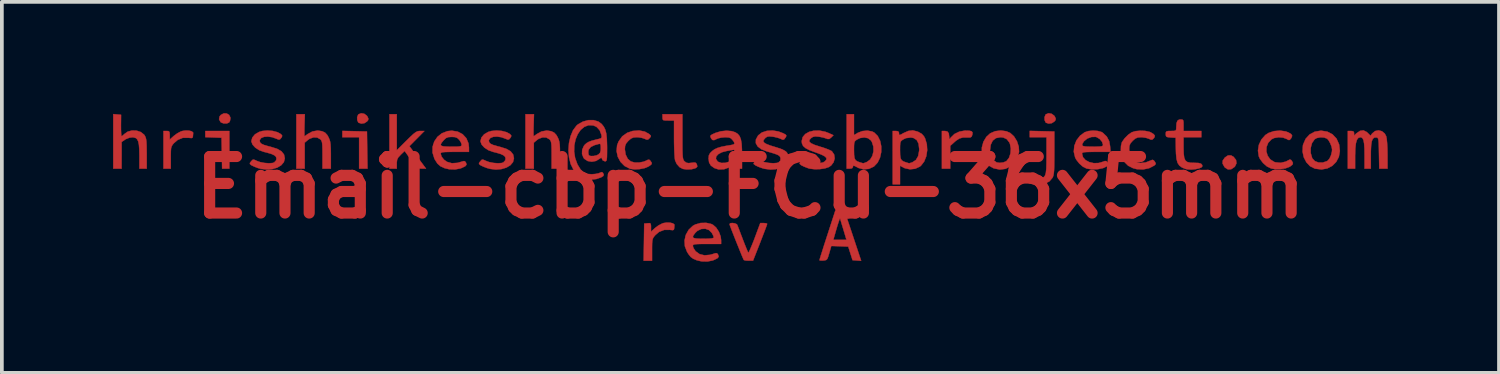
<source format=kicad_pcb>
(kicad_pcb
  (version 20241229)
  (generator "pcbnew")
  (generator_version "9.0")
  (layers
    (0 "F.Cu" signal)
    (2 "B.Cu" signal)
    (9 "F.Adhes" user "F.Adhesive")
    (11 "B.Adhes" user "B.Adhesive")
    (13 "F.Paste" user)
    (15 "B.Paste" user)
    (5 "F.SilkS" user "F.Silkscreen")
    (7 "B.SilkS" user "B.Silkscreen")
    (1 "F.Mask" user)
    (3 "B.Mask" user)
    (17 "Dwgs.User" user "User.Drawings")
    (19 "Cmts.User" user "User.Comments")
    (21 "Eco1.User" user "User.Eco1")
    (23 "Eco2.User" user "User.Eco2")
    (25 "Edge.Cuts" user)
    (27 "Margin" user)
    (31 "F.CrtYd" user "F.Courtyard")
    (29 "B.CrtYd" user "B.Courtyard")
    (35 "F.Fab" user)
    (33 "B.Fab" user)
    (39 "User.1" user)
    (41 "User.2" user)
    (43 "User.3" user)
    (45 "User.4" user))
  (footprint "Email-cbp-FCu-36x5mm"
    (layer "F.Cu")
    (at 17.192 2.007)
    (property "Reference" "Email-cbp-FCu-36x5mm" (at 0 0 0) (layer "F.Cu") (effects (font (size 1.524 1.524) (thickness 0.3))))
    (attr through_hole)
    (fp_poly (pts (xy -14.055 -0.508) (xy -14.251 -0.508) (xy -14.266 -1.341) (xy -14.485 -1.349) (xy -14.704 -1.357) (xy -14.704 -1.524) (xy -14.055 -1.524) (xy -14.055 -0.508)) (stroke (width 0.01) (type solid)) (fill yes) (layer "F.Cu"))
    (fp_poly (pts (xy -10.675 -1.518) (xy -10.343 -1.51) (xy -10.336 -1.009) (xy -10.328 -0.508) (xy -10.555 -0.508) (xy -10.555 -1.355) (xy -11.007 -1.355) (xy -11.007 -1.526) (xy -10.675 -1.518)) (stroke (width 0.01) (type solid)) (fill yes) (layer "F.Cu"))
    (fp_poly (pts (xy -14.129 -1.997) (xy -14.064 -1.96) (xy -14.029 -1.892) (xy -14.026 -1.867) (xy -14.038 -1.797) (xy -14.06 -1.755) (xy -14.124 -1.726) (xy -14.206 -1.726) (xy -14.279 -1.754) (xy -14.293 -1.766) (xy -14.333 -1.839) (xy -14.32 -1.915) (xy -14.285 -1.957) (xy -14.208 -1.998) (xy -14.129 -1.997)) (stroke (width 0.01) (type solid)) (fill yes) (layer "F.Cu"))
    (fp_poly (pts (xy -10.417 -1.988) (xy -10.348 -1.938) (xy -10.331 -1.914) (xy -10.305 -1.856) (xy -10.313 -1.815) (xy -10.342 -1.78) (xy -10.411 -1.735) (xy -10.494 -1.723) (xy -10.566 -1.745) (xy -10.578 -1.755) (xy -10.606 -1.817) (xy -10.608 -1.896) (xy -10.582 -1.962) (xy -10.571 -1.974) (xy -10.499 -2.002) (xy -10.417 -1.988)) (stroke (width 0.01) (type solid)) (fill yes) (layer "F.Cu"))
    (fp_poly (pts (xy 8.125 -1.988) (xy 8.194 -1.938) (xy 8.211 -1.914) (xy 8.237 -1.856) (xy 8.229 -1.815) (xy 8.2 -1.78) (xy 8.131 -1.735) (xy 8.048 -1.723) (xy 7.976 -1.745) (xy 7.964 -1.755) (xy 7.936 -1.817) (xy 7.934 -1.896) (xy 7.96 -1.962) (xy 7.971 -1.974) (xy 8.043 -2.002) (xy 8.125 -1.988)) (stroke (width 0.01) (type solid)) (fill yes) (layer "F.Cu"))
    (fp_poly (pts (xy 13.034 -0.826) (xy 13.1 -0.742) (xy 13.112 -0.653) (xy 13.071 -0.567) (xy 13.057 -0.552) (xy 12.968 -0.492) (xy 12.882 -0.487) (xy 12.803 -0.536) (xy 12.787 -0.554) (xy 12.737 -0.644) (xy 12.74 -0.724) (xy 12.797 -0.806) (xy 12.797 -0.806) (xy 12.882 -0.864) (xy 12.964 -0.866) (xy 13.034 -0.826)) (stroke (width 0.01) (type solid)) (fill yes) (layer "F.Cu"))
    (fp_poly (pts (xy 5.906 -1.531) (xy 5.969 -1.515) (xy 5.993 -1.48) (xy 5.986 -1.422) (xy 5.985 -1.418) (xy 5.965 -1.368) (xy 5.928 -1.348) (xy 5.857 -1.348) (xy 5.853 -1.348) (xy 5.732 -1.348) (xy 5.637 -1.321) (xy 5.544 -1.26) (xy 5.503 -1.224) (xy 5.39 -1.122) (xy 5.39 -0.508) (xy 5.165 -0.508) (xy 5.165 -1.524) (xy 5.246 -1.524) (xy 5.314 -1.51) (xy 5.351 -1.46) (xy 5.362 -1.367) (xy 5.362 -1.36) (xy 5.364 -1.308) (xy 5.378 -1.309) (xy 5.405 -1.346) (xy 5.503 -1.442) (xy 5.637 -1.507) (xy 5.788 -1.534) (xy 5.795 -1.534) (xy 5.906 -1.531)) (stroke (width 0.01) (type solid)) (fill yes) (layer "F.Cu"))
    (fp_poly (pts (xy -9.539 -1.003) (xy -9.278 -1.264) (xy -9.169 -1.371) (xy -9.09 -1.444) (xy -9.031 -1.489) (xy -8.985 -1.513) (xy -8.94 -1.523) (xy -8.904 -1.524) (xy -8.793 -1.524) (xy -8.995 -1.319) (xy -9.198 -1.115) (xy -8.974 -0.811) (xy -8.75 -0.508) (xy -8.869 -0.509) (xy -8.924 -0.511) (xy -8.967 -0.522) (xy -9.006 -0.551) (xy -9.054 -0.605) (xy -9.119 -0.693) (xy -9.158 -0.747) (xy -9.327 -0.985) (xy -9.433 -0.882) (xy -9.498 -0.812) (xy -9.529 -0.751) (xy -9.539 -0.673) (xy -9.539 -0.643) (xy -9.539 -0.508) (xy -9.737 -0.508) (xy -9.737 -1.976) (xy -9.539 -1.976) (xy -9.539 -1.003)) (stroke (width 0.01) (type solid)) (fill yes) (layer "F.Cu"))
    (fp_poly (pts (xy -15.146 -1.534) (xy -15.073 -1.516) (xy -15.034 -1.486) (xy -15.031 -1.473) (xy -15.035 -1.418) (xy -15.038 -1.38) (xy -15.047 -1.344) (xy -15.078 -1.332) (xy -15.145 -1.339) (xy -15.155 -1.34) (xy -15.308 -1.34) (xy -15.446 -1.285) (xy -15.549 -1.197) (xy -15.588 -1.151) (xy -15.612 -1.108) (xy -15.627 -1.057) (xy -15.633 -0.982) (xy -15.635 -0.871) (xy -15.635 -0.803) (xy -15.635 -0.508) (xy -15.833 -0.508) (xy -15.833 -1.524) (xy -15.748 -1.524) (xy -15.694 -1.52) (xy -15.67 -1.496) (xy -15.664 -1.438) (xy -15.663 -1.408) (xy -15.663 -1.292) (xy -15.552 -1.392) (xy -15.463 -1.458) (xy -15.366 -1.51) (xy -15.327 -1.523) (xy -15.236 -1.537) (xy -15.146 -1.534)) (stroke (width 0.01) (type solid)) (fill yes) (layer "F.Cu"))
    (fp_poly (pts (xy -2.163 0.95) (xy -2.091 0.968) (xy -2.052 0.997) (xy -2.049 1.011) (xy -2.053 1.066) (xy -2.056 1.103) (xy -2.065 1.14) (xy -2.095 1.152) (xy -2.163 1.145) (xy -2.173 1.143) (xy -2.326 1.144) (xy -2.464 1.198) (xy -2.567 1.287) (xy -2.605 1.333) (xy -2.63 1.375) (xy -2.644 1.427) (xy -2.651 1.501) (xy -2.653 1.613) (xy -2.653 1.68) (xy -2.653 1.976) (xy -2.88 1.976) (xy -2.872 1.475) (xy -2.865 0.974) (xy -2.773 0.965) (xy -2.715 0.962) (xy -2.689 0.98) (xy -2.681 1.032) (xy -2.681 1.074) (xy -2.681 1.192) (xy -2.57 1.091) (xy -2.481 1.025) (xy -2.384 0.974) (xy -2.345 0.96) (xy -2.253 0.946) (xy -2.163 0.95)) (stroke (width 0.01) (type solid)) (fill yes) (layer "F.Cu"))
    (fp_poly (pts (xy 7.867 -1.518) (xy 8.199 -1.51) (xy 8.199 -0.931) (xy 8.198 -0.731) (xy 8.196 -0.578) (xy 8.192 -0.465) (xy 8.184 -0.384) (xy 8.174 -0.326) (xy 8.159 -0.283) (xy 8.149 -0.262) (xy 8.064 -0.163) (xy 7.941 -0.099) (xy 7.79 -0.073) (xy 7.623 -0.087) (xy 7.537 -0.105) (xy 7.494 -0.124) (xy 7.484 -0.153) (xy 7.493 -0.203) (xy 7.494 -0.204) (xy 7.506 -0.241) (xy 7.529 -0.261) (xy 7.576 -0.267) (xy 7.66 -0.264) (xy 7.703 -0.261) (xy 7.795 -0.256) (xy 7.865 -0.26) (xy 7.915 -0.281) (xy 7.949 -0.324) (xy 7.97 -0.397) (xy 7.982 -0.507) (xy 7.986 -0.659) (xy 7.987 -0.86) (xy 7.987 -0.867) (xy 7.987 -1.355) (xy 7.535 -1.355) (xy 7.535 -1.526) (xy 7.867 -1.518)) (stroke (width 0.01) (type solid)) (fill yes) (layer "F.Cu"))
    (fp_poly (pts (xy -17.081 -1.97) (xy -16.976 -1.961) (xy -16.979 -1.672) (xy -16.978 -1.552) (xy -16.974 -1.456) (xy -16.968 -1.397) (xy -16.962 -1.383) (xy -16.93 -1.402) (xy -16.891 -1.439) (xy -16.797 -1.506) (xy -16.68 -1.537) (xy -16.557 -1.533) (xy -16.443 -1.495) (xy -16.356 -1.426) (xy -16.339 -1.403) (xy -16.317 -1.359) (xy -16.302 -1.308) (xy -16.292 -1.238) (xy -16.287 -1.138) (xy -16.285 -0.998) (xy -16.284 -0.91) (xy -16.284 -0.508) (xy -16.482 -0.508) (xy -16.482 -0.849) (xy -16.485 -1.025) (xy -16.495 -1.154) (xy -16.514 -1.243) (xy -16.544 -1.302) (xy -16.578 -1.333) (xy -16.653 -1.354) (xy -16.75 -1.343) (xy -16.848 -1.304) (xy -16.868 -1.291) (xy -16.961 -1.228) (xy -16.961 -0.868) (xy -16.962 -0.508) (xy -17.187 -0.508) (xy -17.187 -1.979) (xy -17.081 -1.97)) (stroke (width 0.01) (type solid)) (fill yes) (layer "F.Cu"))
    (fp_poly (pts (xy -12.028 -1.679) (xy -12.031 -1.558) (xy -12.031 -1.46) (xy -12.03 -1.399) (xy -12.027 -1.383) (xy -12.001 -1.398) (xy -11.95 -1.436) (xy -11.946 -1.439) (xy -11.814 -1.511) (xy -11.671 -1.536) (xy -11.553 -1.517) (xy -11.473 -1.479) (xy -11.415 -1.417) (xy -11.381 -1.356) (xy -11.354 -1.296) (xy -11.336 -1.235) (xy -11.325 -1.16) (xy -11.319 -1.057) (xy -11.317 -0.915) (xy -11.317 -0.869) (xy -11.317 -0.508) (xy -11.543 -0.508) (xy -11.543 -0.875) (xy -11.544 -1.028) (xy -11.547 -1.134) (xy -11.554 -1.206) (xy -11.567 -1.252) (xy -11.586 -1.284) (xy -11.599 -1.298) (xy -11.685 -1.347) (xy -11.788 -1.351) (xy -11.893 -1.312) (xy -11.936 -1.282) (xy -12.023 -1.209) (xy -12.023 -0.508) (xy -12.248 -0.508) (xy -12.248 -1.976) (xy -12.019 -1.976) (xy -12.028 -1.679)) (stroke (width 0.01) (type solid)) (fill yes) (layer "F.Cu"))
    (fp_poly (pts (xy -5.847 -1.679) (xy -5.85 -1.558) (xy -5.851 -1.46) (xy -5.849 -1.399) (xy -5.846 -1.383) (xy -5.82 -1.398) (xy -5.769 -1.436) (xy -5.765 -1.439) (xy -5.634 -1.511) (xy -5.49 -1.536) (xy -5.372 -1.517) (xy -5.293 -1.479) (xy -5.235 -1.417) (xy -5.2 -1.356) (xy -5.173 -1.296) (xy -5.155 -1.235) (xy -5.144 -1.16) (xy -5.138 -1.057) (xy -5.137 -0.915) (xy -5.136 -0.869) (xy -5.136 -0.508) (xy -5.362 -0.508) (xy -5.362 -0.875) (xy -5.363 -1.028) (xy -5.366 -1.134) (xy -5.374 -1.206) (xy -5.386 -1.252) (xy -5.406 -1.284) (xy -5.419 -1.298) (xy -5.504 -1.347) (xy -5.607 -1.351) (xy -5.713 -1.312) (xy -5.755 -1.282) (xy -5.842 -1.209) (xy -5.842 -0.508) (xy -6.068 -0.508) (xy -6.068 -1.976) (xy -5.838 -1.976) (xy -5.847 -1.679)) (stroke (width 0.01) (type solid)) (fill yes) (layer "F.Cu"))
    (fp_poly (pts (xy -1.834 -1.369) (xy -1.834 -1.168) (xy -1.833 -1.016) (xy -1.83 -0.905) (xy -1.825 -0.827) (xy -1.816 -0.775) (xy -1.804 -0.741) (xy -1.788 -0.716) (xy -1.776 -0.704) (xy -1.728 -0.668) (xy -1.67 -0.657) (xy -1.593 -0.665) (xy -1.514 -0.674) (xy -1.472 -0.665) (xy -1.449 -0.632) (xy -1.443 -0.617) (xy -1.432 -0.565) (xy -1.461 -0.532) (xy -1.492 -0.516) (xy -1.591 -0.491) (xy -1.715 -0.486) (xy -1.82 -0.5) (xy -1.911 -0.548) (xy -1.988 -0.635) (xy -2.032 -0.732) (xy -2.041 -0.793) (xy -2.049 -0.899) (xy -2.055 -1.039) (xy -2.059 -1.199) (xy -2.06 -1.319) (xy -2.06 -1.806) (xy -2.215 -1.806) (xy -2.304 -1.808) (xy -2.35 -1.817) (xy -2.368 -1.842) (xy -2.371 -1.89) (xy -2.371 -1.976) (xy -1.834 -1.976) (xy -1.834 -1.369)) (stroke (width 0.01) (type solid)) (fill yes) (layer "F.Cu"))
    (fp_poly (pts (xy 2.762 1.3) (xy 2.988 1.979) (xy 2.872 1.97) (xy 2.755 1.961) (xy 2.697 1.778) (xy 2.639 1.595) (xy 2.41 1.586) (xy 2.182 1.578) (xy 2.127 1.77) (xy 2.097 1.87) (xy 2.073 1.928) (xy 2.044 1.956) (xy 2.001 1.967) (xy 1.968 1.97) (xy 1.9 1.972) (xy 1.864 1.964) (xy 1.863 1.961) (xy 1.871 1.93) (xy 1.894 1.853) (xy 1.931 1.737) (xy 1.977 1.59) (xy 2.032 1.42) (xy 2.035 1.411) (xy 2.237 1.411) (xy 2.591 1.411) (xy 2.509 1.136) (xy 2.473 1.018) (xy 2.444 0.92) (xy 2.424 0.854) (xy 2.418 0.835) (xy 2.408 0.85) (xy 2.386 0.909) (xy 2.355 1.004) (xy 2.323 1.11) (xy 2.237 1.411) (xy 2.035 1.411) (xy 2.077 1.282) (xy 2.291 0.621) (xy 2.535 0.621) (xy 2.762 1.3)) (stroke (width 0.01) (type solid)) (fill yes) (layer "F.Cu"))
    (fp_poly (pts (xy -0.423 0.967) (xy -0.371 0.989) (xy -0.354 1.009) (xy -0.337 1.053) (xy -0.304 1.138) (xy -0.261 1.253) (xy -0.211 1.384) (xy -0.206 1.397) (xy -0.156 1.526) (xy -0.112 1.636) (xy -0.078 1.716) (xy -0.059 1.756) (xy -0.058 1.757) (xy -0.042 1.74) (xy -0.011 1.678) (xy 0.031 1.579) (xy 0.082 1.453) (xy 0.114 1.369) (xy 0.266 0.96) (xy 0.359 0.96) (xy 0.422 0.965) (xy 0.452 0.979) (xy 0.452 0.981) (xy 0.443 1.013) (xy 0.416 1.088) (xy 0.374 1.199) (xy 0.321 1.336) (xy 0.262 1.489) (xy 0.071 1.975) (xy -0.048 1.975) (xy -0.124 1.971) (xy -0.172 1.959) (xy -0.179 1.954) (xy -0.197 1.915) (xy -0.231 1.836) (xy -0.276 1.726) (xy -0.328 1.597) (xy -0.384 1.459) (xy -0.438 1.322) (xy -0.488 1.195) (xy -0.528 1.091) (xy -0.555 1.018) (xy -0.564 0.988) (xy -0.542 0.964) (xy -0.487 0.958) (xy -0.423 0.967)) (stroke (width 0.01) (type solid)) (fill yes) (layer "F.Cu"))
    (fp_poly (pts (xy 14.44 -1.512) (xy 14.513 -1.484) (xy 14.589 -1.439) (xy 14.614 -1.395) (xy 14.594 -1.34) (xy 14.577 -1.315) (xy 14.544 -1.281) (xy 14.51 -1.282) (xy 14.466 -1.308) (xy 14.367 -1.345) (xy 14.246 -1.354) (xy 14.128 -1.334) (xy 14.056 -1.299) (xy 13.968 -1.206) (xy 13.923 -1.093) (xy 13.918 -0.971) (xy 13.953 -0.855) (xy 14.023 -0.757) (xy 14.128 -0.69) (xy 14.162 -0.679) (xy 14.304 -0.665) (xy 14.443 -0.698) (xy 14.5 -0.728) (xy 14.551 -0.754) (xy 14.584 -0.742) (xy 14.605 -0.717) (xy 14.635 -0.662) (xy 14.623 -0.617) (xy 14.564 -0.57) (xy 14.54 -0.556) (xy 14.434 -0.516) (xy 14.297 -0.494) (xy 14.154 -0.494) (xy 14.046 -0.513) (xy 13.934 -0.567) (xy 13.828 -0.66) (xy 13.745 -0.771) (xy 13.714 -0.839) (xy 13.691 -0.994) (xy 13.716 -1.151) (xy 13.785 -1.295) (xy 13.89 -1.414) (xy 13.977 -1.471) (xy 14.123 -1.52) (xy 14.285 -1.534) (xy 14.44 -1.512)) (stroke (width 0.01) (type solid)) (fill yes) (layer "F.Cu"))
    (fp_poly (pts (xy -2.846 -1.506) (xy -2.733 -1.442) (xy -2.689 -1.402) (xy -2.687 -1.371) (xy -2.72 -1.33) (xy -2.762 -1.292) (xy -2.802 -1.291) (xy -2.852 -1.313) (xy -2.931 -1.339) (xy -3.031 -1.354) (xy -3.064 -1.355) (xy -3.155 -1.348) (xy -3.222 -1.319) (xy -3.291 -1.259) (xy -3.352 -1.188) (xy -3.38 -1.12) (xy -3.387 -1.03) (xy -3.366 -0.889) (xy -3.31 -0.775) (xy -3.227 -0.703) (xy -3.127 -0.674) (xy -3.003 -0.672) (xy -2.882 -0.695) (xy -2.827 -0.717) (xy -2.764 -0.747) (xy -2.728 -0.749) (xy -2.7 -0.723) (xy -2.694 -0.715) (xy -2.662 -0.666) (xy -2.664 -0.631) (xy -2.705 -0.594) (xy -2.752 -0.564) (xy -2.856 -0.521) (xy -2.99 -0.495) (xy -3.127 -0.488) (xy -3.243 -0.503) (xy -3.251 -0.506) (xy -3.394 -0.579) (xy -3.504 -0.691) (xy -3.578 -0.828) (xy -3.61 -0.981) (xy -3.596 -1.137) (xy -3.557 -1.239) (xy -3.458 -1.379) (xy -3.323 -1.475) (xy -3.177 -1.524) (xy -3.002 -1.538) (xy -2.846 -1.506)) (stroke (width 0.01) (type solid)) (fill yes) (layer "F.Cu"))
    (fp_poly (pts (xy 6.905 -1.516) (xy 7.008 -1.471) (xy 7.11 -1.378) (xy 7.19 -1.249) (xy 7.238 -1.102) (xy 7.247 -0.96) (xy 7.207 -0.799) (xy 7.126 -0.665) (xy 7.013 -0.564) (xy 6.877 -0.502) (xy 6.727 -0.483) (xy 6.572 -0.515) (xy 6.548 -0.524) (xy 6.427 -0.593) (xy 6.34 -0.684) (xy 6.291 -0.768) (xy 6.244 -0.917) (xy 6.243 -0.993) (xy 6.463 -0.993) (xy 6.484 -0.856) (xy 6.545 -0.748) (xy 6.639 -0.678) (xy 6.643 -0.676) (xy 6.726 -0.664) (xy 6.824 -0.676) (xy 6.903 -0.709) (xy 6.909 -0.714) (xy 6.976 -0.8) (xy 7.015 -0.918) (xy 7.025 -1.049) (xy 7.002 -1.173) (xy 6.985 -1.214) (xy 6.915 -1.304) (xy 6.819 -1.348) (xy 6.745 -1.355) (xy 6.624 -1.332) (xy 6.536 -1.263) (xy 6.482 -1.151) (xy 6.463 -0.997) (xy 6.463 -0.993) (xy 6.243 -0.993) (xy 6.243 -1.077) (xy 6.285 -1.232) (xy 6.366 -1.367) (xy 6.468 -1.46) (xy 6.602 -1.518) (xy 6.754 -1.537) (xy 6.905 -1.516)) (stroke (width 0.01) (type solid)) (fill yes) (layer "F.Cu"))
    (fp_poly (pts (xy 10.648 -1.526) (xy 10.763 -1.502) (xy 10.8 -1.487) (xy 10.88 -1.437) (xy 10.911 -1.393) (xy 10.895 -1.346) (xy 10.879 -1.326) (xy 10.84 -1.291) (xy 10.799 -1.291) (xy 10.751 -1.313) (xy 10.672 -1.339) (xy 10.572 -1.354) (xy 10.54 -1.355) (xy 10.448 -1.348) (xy 10.381 -1.319) (xy 10.312 -1.259) (xy 10.251 -1.189) (xy 10.223 -1.123) (xy 10.217 -1.031) (xy 10.217 -1.026) (xy 10.239 -0.877) (xy 10.301 -0.764) (xy 10.396 -0.691) (xy 10.518 -0.66) (xy 10.661 -0.675) (xy 10.786 -0.724) (xy 10.843 -0.746) (xy 10.879 -0.733) (xy 10.907 -0.699) (xy 10.934 -0.65) (xy 10.922 -0.616) (xy 10.889 -0.589) (xy 10.753 -0.519) (xy 10.591 -0.486) (xy 10.422 -0.494) (xy 10.32 -0.521) (xy 10.193 -0.584) (xy 10.099 -0.677) (xy 10.044 -0.768) (xy 10.009 -0.873) (xy 9.992 -0.998) (xy 9.996 -1.121) (xy 10.02 -1.217) (xy 10.022 -1.222) (xy 10.094 -1.325) (xy 10.192 -1.423) (xy 10.285 -1.488) (xy 10.385 -1.519) (xy 10.514 -1.531) (xy 10.648 -1.526)) (stroke (width 0.01) (type solid)) (fill yes) (layer "F.Cu"))
    (fp_poly (pts (xy 11.649 -1.832) (xy 11.673 -1.814) (xy 11.683 -1.767) (xy 11.684 -1.679) (xy 11.684 -1.524) (xy 12.164 -1.524) (xy 12.164 -1.355) (xy 11.684 -1.355) (xy 11.684 -1.076) (xy 11.688 -0.914) (xy 11.702 -0.801) (xy 11.733 -0.728) (xy 11.787 -0.686) (xy 11.869 -0.668) (xy 11.971 -0.665) (xy 12.086 -0.661) (xy 12.154 -0.643) (xy 12.186 -0.607) (xy 12.192 -0.573) (xy 12.166 -0.541) (xy 12.1 -0.514) (xy 12.008 -0.494) (xy 11.906 -0.484) (xy 11.808 -0.485) (xy 11.74 -0.498) (xy 11.641 -0.539) (xy 11.57 -0.592) (xy 11.522 -0.666) (xy 11.494 -0.771) (xy 11.48 -0.917) (xy 11.476 -1.042) (xy 11.472 -1.341) (xy 11.338 -1.349) (xy 11.257 -1.357) (xy 11.218 -1.373) (xy 11.205 -1.408) (xy 11.204 -1.441) (xy 11.207 -1.49) (xy 11.227 -1.515) (xy 11.277 -1.523) (xy 11.345 -1.524) (xy 11.429 -1.526) (xy 11.471 -1.537) (xy 11.485 -1.568) (xy 11.487 -1.616) (xy 11.494 -1.73) (xy 11.518 -1.799) (xy 11.563 -1.83) (xy 11.603 -1.834) (xy 11.649 -1.832)) (stroke (width 0.01) (type solid)) (fill yes) (layer "F.Cu"))
    (fp_poly (pts (xy 15.562 -1.506) (xy 15.702 -1.433) (xy 15.811 -1.317) (xy 15.879 -1.164) (xy 15.881 -1.157) (xy 15.901 -0.983) (xy 15.873 -0.826) (xy 15.802 -0.69) (xy 15.697 -0.584) (xy 15.563 -0.514) (xy 15.407 -0.486) (xy 15.235 -0.507) (xy 15.223 -0.51) (xy 15.097 -0.574) (xy 14.997 -0.68) (xy 14.927 -0.815) (xy 14.902 -0.93) (xy 15.114 -0.93) (xy 15.152 -0.798) (xy 15.16 -0.781) (xy 15.227 -0.711) (xy 15.325 -0.673) (xy 15.438 -0.672) (xy 15.549 -0.709) (xy 15.57 -0.721) (xy 15.62 -0.778) (xy 15.662 -0.869) (xy 15.687 -0.972) (xy 15.691 -1.024) (xy 15.677 -1.101) (xy 15.64 -1.194) (xy 15.593 -1.276) (xy 15.557 -1.316) (xy 15.477 -1.347) (xy 15.375 -1.353) (xy 15.277 -1.333) (xy 15.22 -1.3) (xy 15.15 -1.199) (xy 15.114 -1.07) (xy 15.114 -0.93) (xy 14.902 -0.93) (xy 14.894 -0.968) (xy 14.903 -1.127) (xy 14.909 -1.157) (xy 14.976 -1.311) (xy 15.083 -1.429) (xy 15.222 -1.504) (xy 15.388 -1.532) (xy 15.395 -1.532) (xy 15.562 -1.506)) (stroke (width 0.01) (type solid)) (fill yes) (layer "F.Cu"))
    (fp_poly (pts (xy 2.794 -1.413) (xy 2.897 -1.474) (xy 3.02 -1.521) (xy 3.156 -1.534) (xy 3.281 -1.511) (xy 3.339 -1.483) (xy 3.435 -1.388) (xy 3.499 -1.26) (xy 3.53 -1.111) (xy 3.529 -0.955) (xy 3.496 -0.804) (xy 3.431 -0.67) (xy 3.334 -0.567) (xy 3.328 -0.563) (xy 3.197 -0.502) (xy 3.055 -0.489) (xy 2.918 -0.525) (xy 2.9 -0.535) (xy 2.823 -0.575) (xy 2.783 -0.589) (xy 2.768 -0.578) (xy 2.766 -0.55) (xy 2.741 -0.517) (xy 2.681 -0.508) (xy 2.596 -0.508) (xy 2.596 -1.008) (xy 2.794 -1.008) (xy 2.794 -1.006) (xy 2.797 -0.876) (xy 2.809 -0.79) (xy 2.837 -0.736) (xy 2.886 -0.702) (xy 2.954 -0.678) (xy 3.014 -0.66) (xy 3.042 -0.652) (xy 3.07 -0.66) (xy 3.13 -0.683) (xy 3.144 -0.689) (xy 3.23 -0.753) (xy 3.29 -0.853) (xy 3.32 -0.975) (xy 3.317 -1.103) (xy 3.279 -1.223) (xy 3.251 -1.269) (xy 3.174 -1.329) (xy 3.071 -1.35) (xy 2.958 -1.333) (xy 2.886 -1.299) (xy 2.841 -1.27) (xy 2.814 -1.24) (xy 2.8 -1.196) (xy 2.795 -1.123) (xy 2.794 -1.008) (xy 2.596 -1.008) (xy 2.596 -1.976) (xy 2.794 -1.976) (xy 2.794 -1.413)) (stroke (width 0.01) (type solid)) (fill yes) (layer "F.Cu"))
    (fp_poly (pts (xy 17.036 -1.517) (xy 17.112 -1.454) (xy 17.15 -1.383) (xy 17.164 -1.314) (xy 17.175 -1.202) (xy 17.183 -1.059) (xy 17.186 -0.898) (xy 17.186 -0.896) (xy 17.187 -0.508) (xy 16.963 -0.508) (xy 16.955 -0.924) (xy 16.952 -1.085) (xy 16.948 -1.199) (xy 16.942 -1.273) (xy 16.932 -1.317) (xy 16.918 -1.339) (xy 16.897 -1.347) (xy 16.887 -1.349) (xy 16.831 -1.346) (xy 16.79 -1.314) (xy 16.762 -1.248) (xy 16.745 -1.141) (xy 16.737 -0.987) (xy 16.736 -0.869) (xy 16.736 -0.508) (xy 16.566 -0.508) (xy 16.566 -0.859) (xy 16.564 -1.045) (xy 16.555 -1.181) (xy 16.538 -1.274) (xy 16.511 -1.329) (xy 16.475 -1.353) (xy 16.455 -1.355) (xy 16.4 -1.338) (xy 16.36 -1.285) (xy 16.333 -1.191) (xy 16.318 -1.051) (xy 16.312 -0.86) (xy 16.312 -0.848) (xy 16.312 -0.508) (xy 16.115 -0.508) (xy 16.115 -1.524) (xy 16.2 -1.524) (xy 16.261 -1.516) (xy 16.283 -1.483) (xy 16.284 -1.463) (xy 16.284 -1.401) (xy 16.348 -1.461) (xy 16.446 -1.528) (xy 16.537 -1.54) (xy 16.624 -1.497) (xy 16.646 -1.477) (xy 16.727 -1.396) (xy 16.772 -1.457) (xy 16.851 -1.522) (xy 16.944 -1.541) (xy 17.036 -1.517)) (stroke (width 0.01) (type solid)) (fill yes) (layer "F.Cu"))
    (fp_poly (pts (xy 4.505 -1.509) (xy 4.529 -1.499) (xy 4.623 -1.446) (xy 4.683 -1.378) (xy 4.713 -1.321) (xy 4.759 -1.167) (xy 4.769 -1.003) (xy 4.744 -0.842) (xy 4.687 -0.699) (xy 4.602 -0.589) (xy 4.572 -0.564) (xy 4.445 -0.505) (xy 4.303 -0.49) (xy 4.168 -0.519) (xy 4.142 -0.531) (xy 4.036 -0.587) (xy 4.036 -0.085) (xy 3.838 -0.085) (xy 3.838 -1.008) (xy 4.036 -1.008) (xy 4.036 -1.006) (xy 4.039 -0.876) (xy 4.051 -0.79) (xy 4.079 -0.736) (xy 4.128 -0.702) (xy 4.196 -0.678) (xy 4.254 -0.66) (xy 4.279 -0.652) (xy 4.304 -0.658) (xy 4.362 -0.677) (xy 4.371 -0.68) (xy 4.464 -0.741) (xy 4.525 -0.846) (xy 4.552 -0.991) (xy 4.553 -1.039) (xy 4.536 -1.182) (xy 4.486 -1.28) (xy 4.401 -1.335) (xy 4.329 -1.348) (xy 4.194 -1.331) (xy 4.128 -1.299) (xy 4.083 -1.27) (xy 4.056 -1.24) (xy 4.042 -1.196) (xy 4.037 -1.123) (xy 4.036 -1.008) (xy 3.838 -1.008) (xy 3.838 -1.524) (xy 3.923 -1.524) (xy 3.985 -1.515) (xy 4.007 -1.482) (xy 4.008 -1.468) (xy 4.01 -1.427) (xy 4.027 -1.415) (xy 4.07 -1.433) (xy 4.126 -1.465) (xy 4.26 -1.525) (xy 4.381 -1.54) (xy 4.505 -1.509)) (stroke (width 0.01) (type solid)) (fill yes) (layer "F.Cu"))
    (fp_poly (pts (xy -12.885 -1.525) (xy -12.757 -1.491) (xy -12.671 -1.444) (xy -12.632 -1.405) (xy -12.636 -1.367) (xy -12.657 -1.336) (xy -12.693 -1.295) (xy -12.733 -1.293) (xy -12.778 -1.312) (xy -12.898 -1.356) (xy -13.015 -1.373) (xy -13.118 -1.366) (xy -13.195 -1.335) (xy -13.234 -1.282) (xy -13.236 -1.26) (xy -13.226 -1.215) (xy -13.19 -1.179) (xy -13.118 -1.146) (xy -13.004 -1.113) (xy -12.94 -1.097) (xy -12.769 -1.044) (xy -12.65 -0.976) (xy -12.581 -0.89) (xy -12.559 -0.786) (xy -12.585 -0.684) (xy -12.656 -0.6) (xy -12.762 -0.536) (xy -12.896 -0.496) (xy -13.046 -0.483) (xy -13.204 -0.502) (xy -13.293 -0.527) (xy -13.38 -0.561) (xy -13.451 -0.595) (xy -13.47 -0.606) (xy -13.502 -0.635) (xy -13.499 -0.664) (xy -13.468 -0.705) (xy -13.431 -0.745) (xy -13.398 -0.753) (xy -13.344 -0.732) (xy -13.322 -0.72) (xy -13.226 -0.685) (xy -13.109 -0.662) (xy -12.991 -0.653) (xy -12.891 -0.66) (xy -12.846 -0.675) (xy -12.794 -0.732) (xy -12.785 -0.779) (xy -12.797 -0.827) (xy -12.839 -0.867) (xy -12.919 -0.904) (xy -13.043 -0.941) (xy -13.123 -0.96) (xy -13.25 -1.006) (xy -13.356 -1.075) (xy -13.43 -1.157) (xy -13.462 -1.242) (xy -13.462 -1.251) (xy -13.435 -1.348) (xy -13.363 -1.434) (xy -13.253 -1.498) (xy -13.17 -1.523) (xy -13.03 -1.537) (xy -12.885 -1.525)) (stroke (width 0.01) (type solid)) (fill yes) (layer "F.Cu"))
    (fp_poly (pts (xy -6.705 -1.525) (xy -6.576 -1.491) (xy -6.491 -1.444) (xy -6.452 -1.405) (xy -6.456 -1.367) (xy -6.476 -1.336) (xy -6.513 -1.295) (xy -6.552 -1.293) (xy -6.597 -1.312) (xy -6.718 -1.356) (xy -6.835 -1.373) (xy -6.937 -1.366) (xy -7.014 -1.335) (xy -7.053 -1.282) (xy -7.056 -1.26) (xy -7.045 -1.215) (xy -7.009 -1.179) (xy -6.938 -1.146) (xy -6.823 -1.113) (xy -6.759 -1.097) (xy -6.588 -1.044) (xy -6.469 -0.976) (xy -6.4 -0.89) (xy -6.378 -0.786) (xy -6.404 -0.684) (xy -6.475 -0.6) (xy -6.582 -0.536) (xy -6.715 -0.496) (xy -6.865 -0.483) (xy -7.023 -0.502) (xy -7.112 -0.527) (xy -7.2 -0.561) (xy -7.271 -0.595) (xy -7.289 -0.606) (xy -7.322 -0.635) (xy -7.318 -0.664) (xy -7.287 -0.705) (xy -7.251 -0.745) (xy -7.217 -0.753) (xy -7.164 -0.732) (xy -7.141 -0.72) (xy -7.046 -0.685) (xy -6.928 -0.662) (xy -6.81 -0.653) (xy -6.711 -0.66) (xy -6.665 -0.675) (xy -6.613 -0.732) (xy -6.604 -0.779) (xy -6.616 -0.827) (xy -6.659 -0.867) (xy -6.738 -0.904) (xy -6.863 -0.941) (xy -6.943 -0.96) (xy -7.069 -1.006) (xy -7.175 -1.075) (xy -7.25 -1.157) (xy -7.281 -1.242) (xy -7.281 -1.251) (xy -7.255 -1.348) (xy -7.182 -1.434) (xy -7.073 -1.498) (xy -6.989 -1.523) (xy -6.849 -1.537) (xy -6.705 -1.525)) (stroke (width 0.01) (type solid)) (fill yes) (layer "F.Cu"))
    (fp_poly (pts (xy 2.019 -1.503) (xy 2.101 -1.472) (xy 2.24 -1.409) (xy 2.18 -1.349) (xy 2.128 -1.308) (xy 2.079 -1.308) (xy 2.048 -1.32) (xy 1.977 -1.344) (xy 1.881 -1.364) (xy 1.842 -1.37) (xy 1.749 -1.377) (xy 1.686 -1.364) (xy 1.636 -1.331) (xy 1.592 -1.281) (xy 1.59 -1.236) (xy 1.634 -1.194) (xy 1.728 -1.15) (xy 1.874 -1.103) (xy 1.886 -1.099) (xy 2.006 -1.061) (xy 2.109 -1.022) (xy 2.181 -0.988) (xy 2.2 -0.975) (xy 2.259 -0.888) (xy 2.273 -0.785) (xy 2.245 -0.682) (xy 2.178 -0.593) (xy 2.115 -0.55) (xy 2.011 -0.515) (xy 1.876 -0.495) (xy 1.733 -0.492) (xy 1.605 -0.507) (xy 1.566 -0.517) (xy 1.451 -0.561) (xy 1.368 -0.602) (xy 1.329 -0.637) (xy 1.326 -0.645) (xy 1.341 -0.683) (xy 1.362 -0.714) (xy 1.386 -0.74) (xy 1.417 -0.746) (xy 1.472 -0.733) (xy 1.545 -0.706) (xy 1.703 -0.661) (xy 1.844 -0.651) (xy 1.959 -0.675) (xy 2.008 -0.704) (xy 2.049 -0.752) (xy 2.049 -0.797) (xy 2.004 -0.841) (xy 1.91 -0.889) (xy 1.764 -0.944) (xy 1.749 -0.949) (xy 1.593 -1.007) (xy 1.487 -1.062) (xy 1.421 -1.121) (xy 1.39 -1.19) (xy 1.384 -1.252) (xy 1.41 -1.358) (xy 1.48 -1.442) (xy 1.585 -1.501) (xy 1.716 -1.533) (xy 1.864 -1.534) (xy 2.019 -1.503)) (stroke (width 0.01) (type solid)) (fill yes) (layer "F.Cu"))
    (fp_poly (pts (xy 9.368 -1.525) (xy 9.47 -1.497) (xy 9.503 -1.478) (xy 9.614 -1.372) (xy 9.678 -1.249) (xy 9.702 -1.116) (xy 9.715 -0.96) (xy 9.331 -0.96) (xy 9.176 -0.959) (xy 9.07 -0.956) (xy 9.002 -0.951) (xy 8.965 -0.941) (xy 8.949 -0.926) (xy 8.946 -0.909) (xy 8.972 -0.815) (xy 9.041 -0.738) (xy 9.142 -0.684) (xy 9.263 -0.656) (xy 9.393 -0.66) (xy 9.497 -0.69) (xy 9.563 -0.714) (xy 9.601 -0.711) (xy 9.632 -0.677) (xy 9.637 -0.671) (xy 9.663 -0.623) (xy 9.651 -0.593) (xy 9.63 -0.577) (xy 9.513 -0.522) (xy 9.366 -0.492) (xy 9.209 -0.488) (xy 9.068 -0.511) (xy 8.969 -0.561) (xy 8.87 -0.648) (xy 8.789 -0.752) (xy 8.759 -0.81) (xy 8.723 -0.964) (xy 8.737 -1.122) (xy 8.745 -1.141) (xy 8.948 -1.141) (xy 8.974 -1.118) (xy 9.041 -1.105) (xy 9.155 -1.101) (xy 9.229 -1.101) (xy 9.357 -1.102) (xy 9.44 -1.106) (xy 9.486 -1.114) (xy 9.507 -1.13) (xy 9.511 -1.153) (xy 9.486 -1.231) (xy 9.425 -1.305) (xy 9.343 -1.356) (xy 9.312 -1.365) (xy 9.201 -1.362) (xy 9.089 -1.321) (xy 9.001 -1.25) (xy 8.992 -1.238) (xy 8.956 -1.18) (xy 8.948 -1.141) (xy 8.745 -1.141) (xy 8.795 -1.271) (xy 8.894 -1.399) (xy 9.017 -1.489) (xy 9.119 -1.522) (xy 9.243 -1.534) (xy 9.368 -1.525)) (stroke (width 0.01) (type solid)) (fill yes) (layer "F.Cu"))
    (fp_poly (pts (xy -7.896 -1.507) (xy -7.763 -1.437) (xy -7.663 -1.329) (xy -7.605 -1.19) (xy -7.592 -1.079) (xy -7.592 -0.96) (xy -7.973 -0.96) (xy -8.127 -0.959) (xy -8.233 -0.956) (xy -8.3 -0.951) (xy -8.336 -0.941) (xy -8.351 -0.925) (xy -8.354 -0.909) (xy -8.329 -0.829) (xy -8.265 -0.749) (xy -8.184 -0.691) (xy -8.053 -0.654) (xy -7.899 -0.664) (xy -7.81 -0.69) (xy -7.74 -0.711) (xy -7.703 -0.709) (xy -7.678 -0.679) (xy -7.672 -0.669) (xy -7.657 -0.617) (xy -7.688 -0.577) (xy -7.693 -0.573) (xy -7.814 -0.515) (xy -7.964 -0.487) (xy -8.123 -0.491) (xy -8.25 -0.521) (xy -8.362 -0.573) (xy -8.444 -0.647) (xy -8.514 -0.757) (xy -8.526 -0.782) (xy -8.575 -0.941) (xy -8.573 -1.097) (xy -8.555 -1.155) (xy -8.355 -1.155) (xy -8.338 -1.125) (xy -8.278 -1.108) (xy -8.169 -1.102) (xy -8.072 -1.101) (xy -7.943 -1.101) (xy -7.861 -1.105) (xy -7.814 -1.114) (xy -7.794 -1.13) (xy -7.789 -1.154) (xy -7.789 -1.156) (xy -7.807 -1.213) (xy -7.85 -1.281) (xy -7.855 -1.287) (xy -7.909 -1.337) (xy -7.971 -1.359) (xy -8.057 -1.364) (xy -8.149 -1.358) (xy -8.211 -1.333) (xy -8.27 -1.279) (xy -8.274 -1.274) (xy -8.332 -1.204) (xy -8.355 -1.155) (xy -8.555 -1.155) (xy -8.527 -1.242) (xy -8.441 -1.367) (xy -8.322 -1.462) (xy -8.174 -1.519) (xy -8.056 -1.532) (xy -7.896 -1.507)) (stroke (width 0.01) (type solid)) (fill yes) (layer "F.Cu"))
    (fp_poly (pts (xy -1.056 0.985) (xy -1.009 1.007) (xy -0.924 1.082) (xy -0.851 1.194) (xy -0.803 1.32) (xy -0.79 1.417) (xy -0.79 1.524) (xy -1.171 1.524) (xy -1.324 1.524) (xy -1.43 1.527) (xy -1.497 1.532) (xy -1.533 1.542) (xy -1.549 1.557) (xy -1.552 1.579) (xy -1.552 1.58) (xy -1.534 1.636) (xy -1.489 1.705) (xy -1.474 1.724) (xy -1.371 1.798) (xy -1.24 1.83) (xy -1.09 1.817) (xy -1.022 1.798) (xy -0.947 1.774) (xy -0.907 1.772) (xy -0.882 1.794) (xy -0.871 1.814) (xy -0.855 1.867) (xy -0.886 1.906) (xy -0.891 1.91) (xy -1.012 1.968) (xy -1.161 1.997) (xy -1.319 1.993) (xy -1.447 1.963) (xy -1.542 1.923) (xy -1.611 1.873) (xy -1.672 1.796) (xy -1.712 1.73) (xy -1.768 1.584) (xy -1.777 1.429) (xy -1.754 1.332) (xy -1.553 1.332) (xy -1.534 1.361) (xy -1.471 1.376) (xy -1.361 1.382) (xy -1.27 1.383) (xy -1.131 1.381) (xy -1.043 1.374) (xy -0.997 1.361) (xy -0.988 1.348) (xy -1.002 1.301) (xy -1.036 1.234) (xy -1.042 1.224) (xy -1.118 1.148) (xy -1.217 1.113) (xy -1.326 1.12) (xy -1.429 1.169) (xy -1.482 1.219) (xy -1.534 1.286) (xy -1.553 1.332) (xy -1.754 1.332) (xy -1.742 1.278) (xy -1.667 1.143) (xy -1.557 1.038) (xy -1.488 0.999) (xy -1.346 0.958) (xy -1.194 0.954) (xy -1.056 0.985)) (stroke (width 0.01) (type solid)) (fill yes) (layer "F.Cu"))
    (fp_poly (pts (xy 0.756 -1.511) (xy 0.882 -1.463) (xy 0.948 -1.428) (xy 0.97 -1.4) (xy 0.959 -1.365) (xy 0.943 -1.341) (xy 0.907 -1.295) (xy 0.87 -1.289) (xy 0.82 -1.311) (xy 0.745 -1.339) (xy 0.645 -1.363) (xy 0.6 -1.37) (xy 0.509 -1.378) (xy 0.452 -1.369) (xy 0.407 -1.339) (xy 0.399 -1.33) (xy 0.359 -1.283) (xy 0.349 -1.243) (xy 0.373 -1.207) (xy 0.437 -1.17) (xy 0.546 -1.129) (xy 0.703 -1.081) (xy 0.725 -1.074) (xy 0.864 -1.026) (xy 0.955 -0.973) (xy 0.986 -0.941) (xy 1.038 -0.842) (xy 1.04 -0.747) (xy 0.999 -0.66) (xy 0.921 -0.586) (xy 0.814 -0.529) (xy 0.685 -0.493) (xy 0.539 -0.483) (xy 0.384 -0.503) (xy 0.325 -0.519) (xy 0.214 -0.559) (xy 0.132 -0.599) (xy 0.089 -0.633) (xy 0.086 -0.643) (xy 0.102 -0.679) (xy 0.127 -0.716) (xy 0.156 -0.749) (xy 0.188 -0.754) (xy 0.243 -0.734) (xy 0.27 -0.72) (xy 0.374 -0.685) (xy 0.495 -0.662) (xy 0.616 -0.654) (xy 0.716 -0.662) (xy 0.759 -0.676) (xy 0.807 -0.723) (xy 0.813 -0.784) (xy 0.803 -0.823) (xy 0.779 -0.854) (xy 0.73 -0.883) (xy 0.649 -0.913) (xy 0.527 -0.95) (xy 0.442 -0.974) (xy 0.295 -1.031) (xy 0.196 -1.106) (xy 0.146 -1.195) (xy 0.148 -1.293) (xy 0.205 -1.398) (xy 0.212 -1.407) (xy 0.312 -1.484) (xy 0.444 -1.527) (xy 0.597 -1.537) (xy 0.756 -1.511)) (stroke (width 0.01) (type solid)) (fill yes) (layer "F.Cu"))
    (fp_poly (pts (xy -0.5 -1.519) (xy -0.406 -1.487) (xy -0.339 -1.443) (xy -0.29 -1.383) (xy -0.257 -1.298) (xy -0.237 -1.181) (xy -0.228 -1.023) (xy -0.226 -0.878) (xy -0.226 -0.508) (xy -0.31 -0.508) (xy -0.372 -0.517) (xy -0.394 -0.55) (xy -0.395 -0.564) (xy -0.398 -0.61) (xy -0.402 -0.621) (xy -0.429 -0.609) (xy -0.491 -0.579) (xy -0.548 -0.55) (xy -0.709 -0.492) (xy -0.858 -0.486) (xy -0.971 -0.523) (xy -1.066 -0.59) (xy -1.115 -0.674) (xy -1.127 -0.772) (xy -0.93 -0.772) (xy -0.888 -0.708) (xy -0.868 -0.691) (xy -0.784 -0.662) (xy -0.674 -0.665) (xy -0.557 -0.7) (xy -0.504 -0.727) (xy -0.451 -0.767) (xy -0.428 -0.819) (xy -0.423 -0.895) (xy -0.427 -0.969) (xy -0.437 -1.012) (xy -0.442 -1.016) (xy -0.478 -1.011) (xy -0.552 -1) (xy -0.637 -0.985) (xy -0.771 -0.95) (xy -0.867 -0.898) (xy -0.922 -0.837) (xy -0.93 -0.772) (xy -1.127 -0.772) (xy -1.128 -0.78) (xy -1.121 -0.863) (xy -1.089 -0.925) (xy -1.032 -0.982) (xy -0.969 -1.029) (xy -0.892 -1.065) (xy -0.789 -1.096) (xy -0.649 -1.124) (xy -0.529 -1.143) (xy -0.454 -1.16) (xy -0.428 -1.188) (xy -0.449 -1.237) (xy -0.482 -1.28) (xy -0.526 -1.326) (xy -0.58 -1.348) (xy -0.665 -1.354) (xy -0.686 -1.354) (xy -0.786 -1.345) (xy -0.873 -1.325) (xy -0.903 -1.312) (xy -0.979 -1.277) (xy -1.026 -1.282) (xy -1.061 -1.327) (xy -1.066 -1.338) (xy -1.08 -1.378) (xy -1.07 -1.407) (xy -1.025 -1.435) (xy -0.951 -1.469) (xy -0.801 -1.515) (xy -0.645 -1.532) (xy -0.5 -1.519)) (stroke (width 0.01) (type solid)) (fill yes) (layer "F.Cu"))
    (fp_poly (pts (xy -4.101 -1.778) (xy -4.014 -1.714) (xy -3.956 -1.642) (xy -3.915 -1.559) (xy -3.888 -1.456) (xy -3.873 -1.321) (xy -3.867 -1.145) (xy -3.866 -1.073) (xy -3.867 -0.923) (xy -3.869 -0.821) (xy -3.875 -0.757) (xy -3.885 -0.722) (xy -3.901 -0.708) (xy -3.925 -0.706) (xy -3.926 -0.706) (xy -3.982 -0.73) (xy -4 -0.763) (xy -4.016 -0.803) (xy -4.045 -0.793) (xy -4.061 -0.779) (xy -4.164 -0.716) (xy -4.279 -0.695) (xy -4.39 -0.714) (xy -4.48 -0.773) (xy -4.501 -0.799) (xy -4.542 -0.902) (xy -4.54 -0.96) (xy -4.374 -0.96) (xy -4.368 -0.897) (xy -4.356 -0.865) (xy -4.306 -0.848) (xy -4.228 -0.849) (xy -4.148 -0.867) (xy -4.099 -0.891) (xy -4.056 -0.935) (xy -4.038 -1.002) (xy -4.036 -1.062) (xy -4.039 -1.14) (xy -4.052 -1.174) (xy -4.081 -1.176) (xy -4.085 -1.175) (xy -4.151 -1.157) (xy -4.205 -1.142) (xy -4.306 -1.093) (xy -4.364 -1.018) (xy -4.374 -0.96) (xy -4.54 -0.96) (xy -4.538 -1.017) (xy -4.492 -1.122) (xy -4.464 -1.157) (xy -4.414 -1.2) (xy -4.354 -1.234) (xy -4.27 -1.264) (xy -4.15 -1.295) (xy -4.082 -1.311) (xy -4.027 -1.329) (xy -4.011 -1.364) (xy -4.019 -1.42) (xy -4.067 -1.545) (xy -4.15 -1.634) (xy -4.239 -1.674) (xy -4.367 -1.679) (xy -4.481 -1.635) (xy -4.58 -1.552) (xy -4.659 -1.436) (xy -4.717 -1.294) (xy -4.75 -1.135) (xy -4.755 -0.966) (xy -4.728 -0.795) (xy -4.668 -0.629) (xy -4.661 -0.615) (xy -4.581 -0.485) (xy -4.494 -0.405) (xy -4.388 -0.365) (xy -4.28 -0.357) (xy -4.181 -0.365) (xy -4.096 -0.382) (xy -4.066 -0.394) (xy -4.013 -0.415) (xy -3.982 -0.4) (xy -3.976 -0.391) (xy -3.954 -0.342) (xy -3.972 -0.307) (xy -4.029 -0.272) (xy -4.156 -0.228) (xy -4.298 -0.212) (xy -4.429 -0.225) (xy -4.461 -0.235) (xy -4.6 -0.301) (xy -4.706 -0.392) (xy -4.774 -0.481) (xy -4.849 -0.634) (xy -4.893 -0.813) (xy -4.908 -1.005) (xy -4.894 -1.198) (xy -4.852 -1.381) (xy -4.785 -1.542) (xy -4.692 -1.667) (xy -4.653 -1.701) (xy -4.518 -1.777) (xy -4.372 -1.816) (xy -4.229 -1.816) (xy -4.101 -1.778)) (stroke (width 0.01) (type solid)) (fill yes) (layer "F.Cu")))
  (gr_rect
    (start -3 -3)
    (end 37.385 7.008)
    (stroke (width 0.1) (type default))
    (fill no)
    (layer "Edge.Cuts")))
</source>
